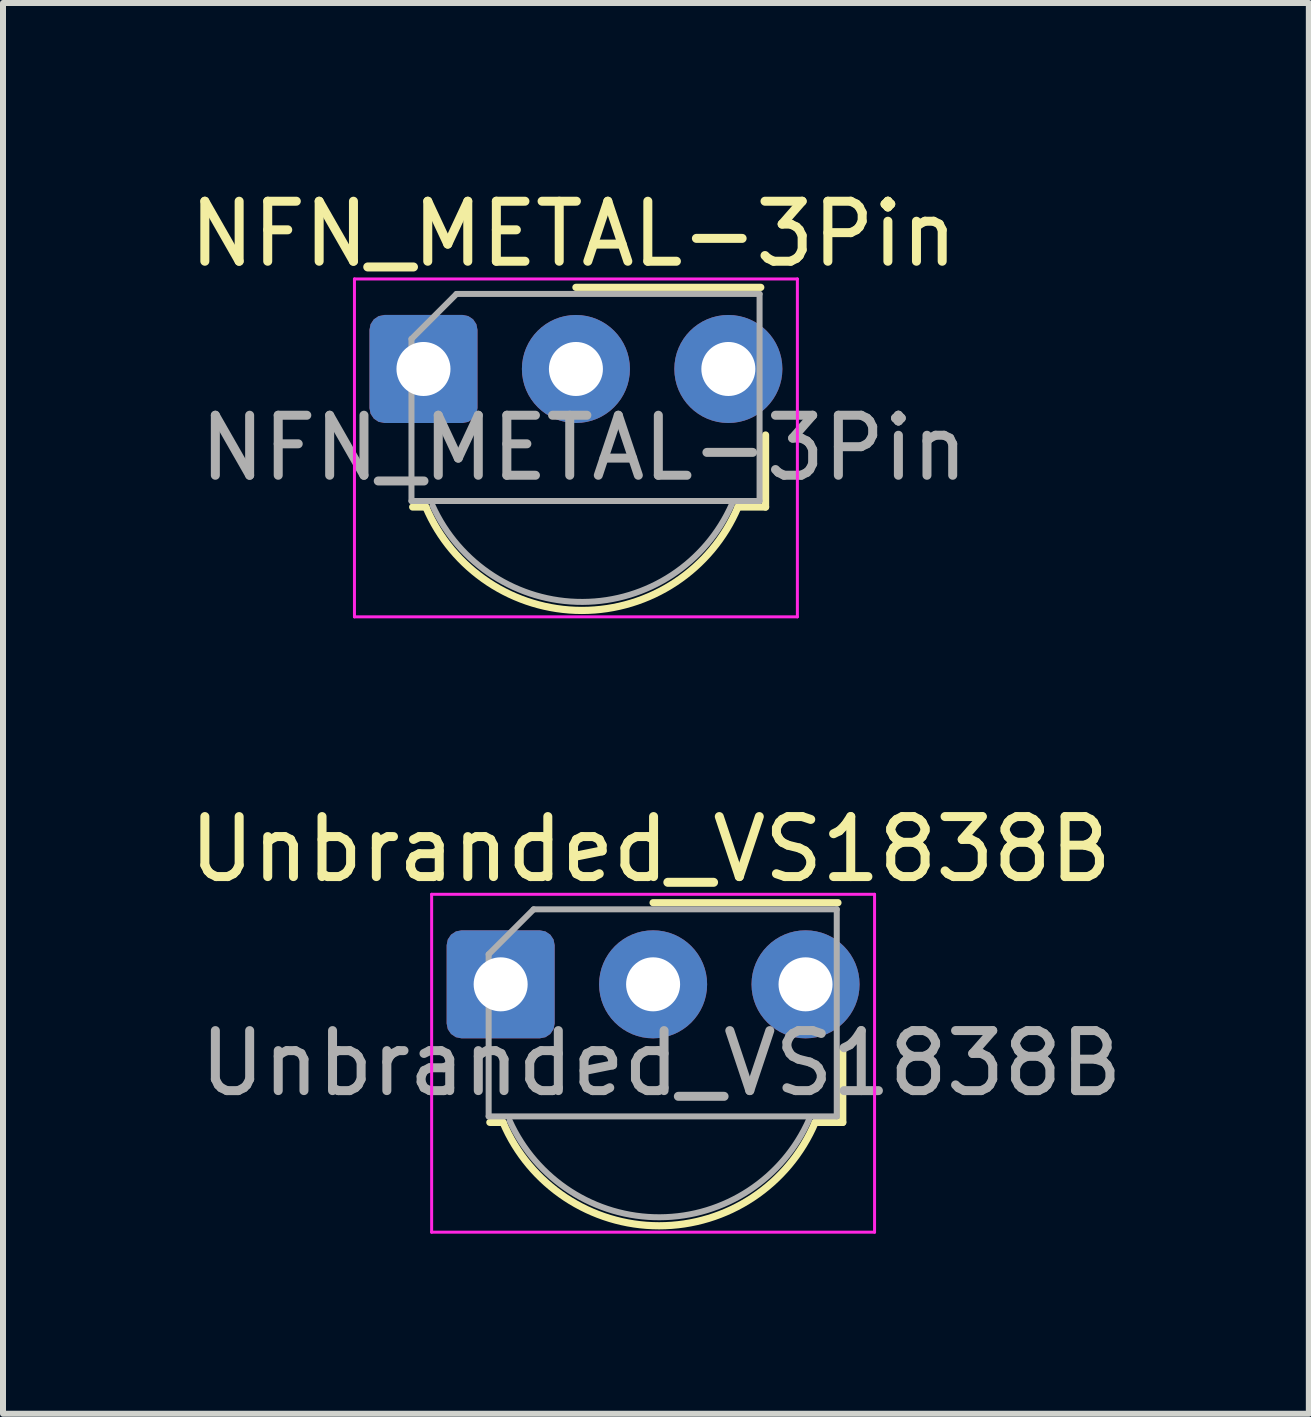
<source format=kicad_pcb>
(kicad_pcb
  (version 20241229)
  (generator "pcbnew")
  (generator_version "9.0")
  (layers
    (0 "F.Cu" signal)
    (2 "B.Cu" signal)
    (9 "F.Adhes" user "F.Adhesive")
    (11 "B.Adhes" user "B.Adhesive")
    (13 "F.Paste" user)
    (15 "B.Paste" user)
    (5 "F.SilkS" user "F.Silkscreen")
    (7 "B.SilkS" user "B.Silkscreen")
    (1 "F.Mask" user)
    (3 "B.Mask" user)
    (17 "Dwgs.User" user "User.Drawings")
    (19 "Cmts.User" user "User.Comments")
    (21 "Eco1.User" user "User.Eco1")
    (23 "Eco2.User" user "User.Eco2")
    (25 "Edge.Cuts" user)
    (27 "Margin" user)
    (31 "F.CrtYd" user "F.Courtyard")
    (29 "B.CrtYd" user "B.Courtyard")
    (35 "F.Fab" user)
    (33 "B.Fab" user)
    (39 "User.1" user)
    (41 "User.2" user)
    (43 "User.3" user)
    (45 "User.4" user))
  (footprint "NFN_METAL-3Pin"
    (layer "F.Cu")
    (at 4.006 3.098)
    (property "Reference" "NFN_METAL-3Pin" (at 2.5 -2.25 180) (layer "F.SilkS") (effects (font (size 1 1) (thickness 0.15))))
    (attr through_hole)
    (fp_line (start 0.04 2.3) (end -0.18 2.3) (stroke (width 0.12) (type solid)) (layer "F.SilkS"))
    (fp_line (start 5.62 -1.36) (end 2.54 -1.36) (stroke (width 0.12) (type solid)) (layer "F.SilkS"))
    (fp_line (start 5.7 2.3) (end 5.24 2.3) (stroke (width 0.12) (type solid)) (layer "F.SilkS"))
    (fp_line (start 5.7 2.3) (end 5.7 1.1) (stroke (width 0.12) (type solid)) (layer "F.SilkS"))
    (fp_arc (start 5.24 2.3) (mid 2.64 4.023119) (end 0.04 2.3) (stroke (width 0.12) (type solid)) (layer "F.SilkS"))
    (fp_line (start -1.15 -1.5) (end -1.15 4.13) (stroke (width 0.05) (type solid)) (layer "F.CrtYd"))
    (fp_line (start -1.15 -1.5) (end 6.23 -1.5) (stroke (width 0.05) (type solid)) (layer "F.CrtYd"))
    (fp_line (start 6.23 4.13) (end -1.15 4.13) (stroke (width 0.05) (type solid)) (layer "F.CrtYd"))
    (fp_line (start 6.23 4.13) (end 6.23 -1.5) (stroke (width 0.05) (type solid)) (layer "F.CrtYd"))
    (fp_line (start -0.2 2.2) (end -0.2 -0.5) (stroke (width 0.1) (type solid)) (layer "F.Fab"))
    (fp_line (start 0.55 -1.25) (end -0.2 -0.5) (stroke (width 0.1) (type solid)) (layer "F.Fab"))
    (fp_line (start 0.55 -1.25) (end 5.6 -1.25) (stroke (width 0.1) (type solid)) (layer "F.Fab"))
    (fp_line (start 5.6 -1.25) (end 5.6 2.2) (stroke (width 0.1) (type solid)) (layer "F.Fab"))
    (fp_line (start 5.6 2.2) (end -0.2 2.2) (stroke (width 0.1) (type solid)) (layer "F.Fab"))
    (fp_arc (start 5.14 2.25) (mid 2.651941 3.881274) (end 0.149714 2.271818) (stroke (width 0.1) (type solid)) (layer "F.Fab"))
    (fp_text user "${REFERENCE}" (at 2.675 1.316 0) (layer "F.Fab") (effects (font (size 1 1) (thickness 0.15))))
    (pad "1" thru_hole roundrect (at 0 0) (size 1.8 1.8) (drill 0.9) (layers "*.Cu" "*.Mask") (roundrect_rratio 0.138))
    (pad "2" thru_hole circle (at 2.54 0) (size 1.8 1.8) (drill 0.9) (layers "*.Cu" "*.Mask"))
    (pad "3" thru_hole circle (at 5.08 0) (size 1.8 1.8) (drill 0.9) (layers "*.Cu" "*.Mask")))
  (footprint "Unbranded_VS1838B"
    (layer "F.Cu")
    (at 5.292 13.351)
    (property "Reference" "Unbranded_VS1838B" (at 2.5 -2.25 180) (layer "F.SilkS") (effects (font (size 1 1) (thickness 0.15))))
    (attr through_hole)
    (fp_line (start 0.04 2.3) (end -0.18 2.3) (stroke (width 0.12) (type solid)) (layer "F.SilkS"))
    (fp_line (start 5.62 -1.36) (end 2.54 -1.36) (stroke (width 0.12) (type solid)) (layer "F.SilkS"))
    (fp_line (start 5.7 2.3) (end 5.24 2.3) (stroke (width 0.12) (type solid)) (layer "F.SilkS"))
    (fp_line (start 5.7 2.3) (end 5.7 1.1) (stroke (width 0.12) (type solid)) (layer "F.SilkS"))
    (fp_arc (start 5.24 2.3) (mid 2.64 4.023119) (end 0.04 2.3) (stroke (width 0.12) (type solid)) (layer "F.SilkS"))
    (fp_line (start -1.15 -1.5) (end -1.15 4.13) (stroke (width 0.05) (type solid)) (layer "F.CrtYd"))
    (fp_line (start -1.15 -1.5) (end 6.23 -1.5) (stroke (width 0.05) (type solid)) (layer "F.CrtYd"))
    (fp_line (start 6.23 4.13) (end -1.15 4.13) (stroke (width 0.05) (type solid)) (layer "F.CrtYd"))
    (fp_line (start 6.23 4.13) (end 6.23 -1.5) (stroke (width 0.05) (type solid)) (layer "F.CrtYd"))
    (fp_line (start -0.2 2.2) (end -0.2 -0.5) (stroke (width 0.1) (type solid)) (layer "F.Fab"))
    (fp_line (start 0.55 -1.25) (end -0.2 -0.5) (stroke (width 0.1) (type solid)) (layer "F.Fab"))
    (fp_line (start 0.55 -1.25) (end 5.6 -1.25) (stroke (width 0.1) (type solid)) (layer "F.Fab"))
    (fp_line (start 5.6 -1.25) (end 5.6 2.2) (stroke (width 0.1) (type solid)) (layer "F.Fab"))
    (fp_line (start 5.6 2.2) (end -0.2 2.2) (stroke (width 0.1) (type solid)) (layer "F.Fab"))
    (fp_arc (start 5.14 2.25) (mid 2.651941 3.881274) (end 0.149714 2.271818) (stroke (width 0.1) (type solid)) (layer "F.Fab"))
    (fp_text user "${REFERENCE}" (at 2.675 1.316 0) (layer "F.Fab") (effects (font (size 1 1) (thickness 0.15))))
    (pad "1" thru_hole roundrect (at 0 0) (size 1.8 1.8) (drill 0.9) (layers "*.Cu" "*.Mask") (roundrect_rratio 0.138))
    (pad "2" thru_hole circle (at 2.54 0) (size 1.8 1.8) (drill 0.9) (layers "*.Cu" "*.Mask"))
    (pad "3" thru_hole circle (at 5.08 0) (size 1.8 1.8) (drill 0.9) (layers "*.Cu" "*.Mask")))
  (gr_rect
    (start -3 -3)
    (end 18.758 20.506)
    (stroke (width 0.1) (type default))
    (fill no)
    (layer "Edge.Cuts")))
</source>
